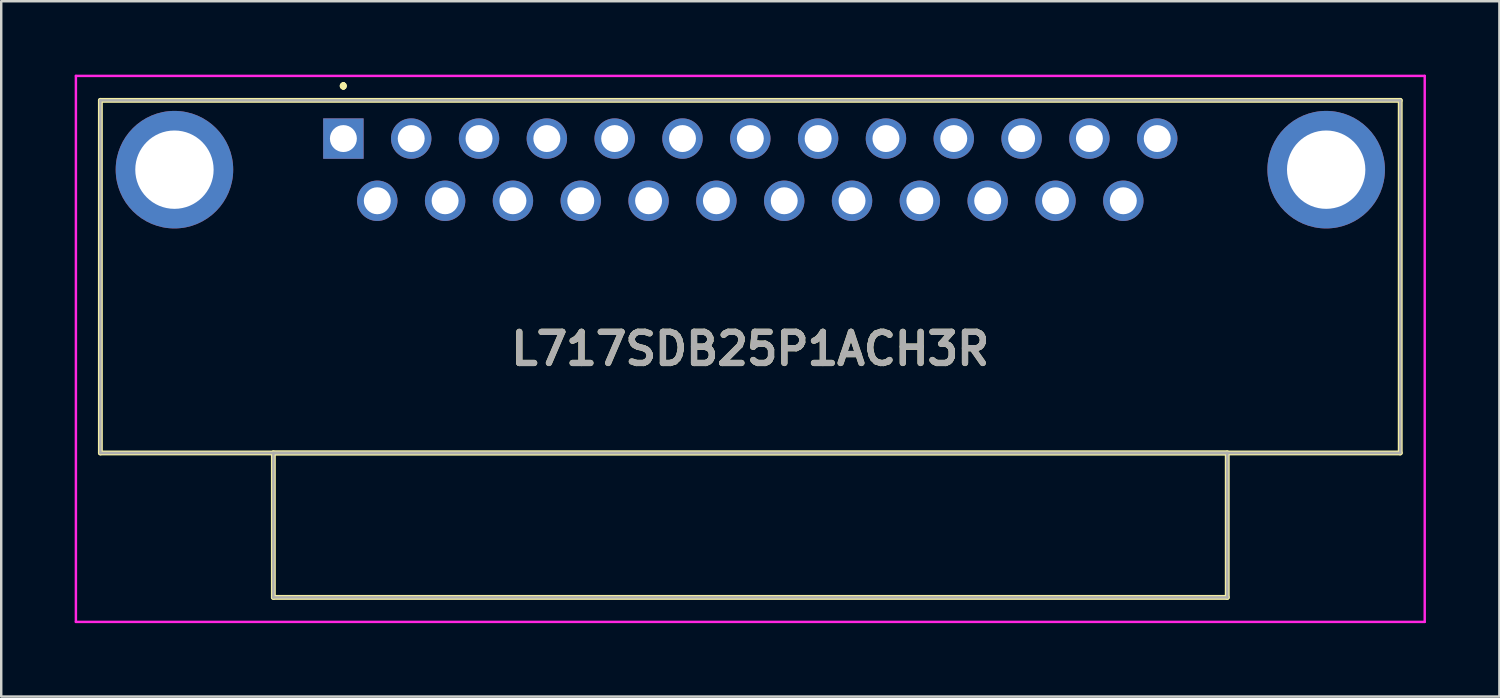
<source format=kicad_pcb>
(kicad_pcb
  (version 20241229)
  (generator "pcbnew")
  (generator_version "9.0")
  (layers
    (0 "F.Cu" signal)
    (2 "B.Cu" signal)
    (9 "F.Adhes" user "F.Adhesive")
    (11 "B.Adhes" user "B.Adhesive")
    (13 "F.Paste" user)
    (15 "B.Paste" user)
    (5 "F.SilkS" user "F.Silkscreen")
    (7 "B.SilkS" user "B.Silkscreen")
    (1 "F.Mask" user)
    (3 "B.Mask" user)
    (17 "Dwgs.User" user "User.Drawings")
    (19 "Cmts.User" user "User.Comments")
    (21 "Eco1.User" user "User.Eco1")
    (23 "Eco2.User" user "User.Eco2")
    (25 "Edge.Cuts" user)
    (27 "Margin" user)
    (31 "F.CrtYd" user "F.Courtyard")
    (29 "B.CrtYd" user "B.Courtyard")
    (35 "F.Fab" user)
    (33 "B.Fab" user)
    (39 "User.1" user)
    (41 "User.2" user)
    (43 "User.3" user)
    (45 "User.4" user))
  (footprint "L717SDB25P1ACH3R"
    (layer "F.Cu")
    (at 10.975 2.61)
    (property "Reference" "L717SDB25P1ACH3R" (at 16.62 8.59 0) (layer "F.SilkS") (effects (font (size 1.27 1.27) (thickness 0.254))))
    (attr through_hole)
    (fp_line (start -9.925 -1.56) (end -9.925 12.84) (stroke (width 0.2) (type solid)) (layer "F.SilkS"))
    (fp_line (start -9.925 12.84) (end 43.165 12.84) (stroke (width 0.2) (type solid)) (layer "F.SilkS"))
    (fp_line (start -2.86 12.84) (end 36.1 12.84) (stroke (width 0.2) (type solid)) (layer "F.SilkS"))
    (fp_line (start -2.86 18.74) (end -2.86 12.84) (stroke (width 0.2) (type solid)) (layer "F.SilkS"))
    (fp_line (start 0 -2.2) (end 0 -2.2) (stroke (width 0.2) (type solid)) (layer "F.SilkS"))
    (fp_line (start 0 -2.2) (end 0 -2.2) (stroke (width 0.2) (type solid)) (layer "F.SilkS"))
    (fp_line (start 0 -2.1) (end 0 -2.1) (stroke (width 0.2) (type solid)) (layer "F.SilkS"))
    (fp_line (start 36.1 12.84) (end 36.1 18.74) (stroke (width 0.2) (type solid)) (layer "F.SilkS"))
    (fp_line (start 36.1 18.74) (end -2.86 18.74) (stroke (width 0.2) (type solid)) (layer "F.SilkS"))
    (fp_line (start 43.165 -1.56) (end -9.925 -1.56) (stroke (width 0.2) (type solid)) (layer "F.SilkS"))
    (fp_line (start 43.165 12.84) (end 43.165 -1.56) (stroke (width 0.2) (type solid)) (layer "F.SilkS"))
    (fp_arc (start 0 -2.2) (mid 0.05 -2.15) (end 0 -2.1) (stroke (width 0.2) (type solid)) (layer "F.SilkS"))
    (fp_arc (start 0 -2.1) (mid -0.05 -2.15) (end 0 -2.2) (stroke (width 0.2) (type solid)) (layer "F.SilkS"))
    (fp_arc (start 0 -2.1) (mid -0.05 -2.15) (end 0 -2.2) (stroke (width 0.2) (type solid)) (layer "F.SilkS"))
    (fp_line (start -10.925 -2.56) (end 44.165 -2.56) (stroke (width 0.1) (type solid)) (layer "F.CrtYd"))
    (fp_line (start -10.925 19.74) (end -10.925 -2.56) (stroke (width 0.1) (type solid)) (layer "F.CrtYd"))
    (fp_line (start 44.165 -2.56) (end 44.165 19.74) (stroke (width 0.1) (type solid)) (layer "F.CrtYd"))
    (fp_line (start 44.165 19.74) (end -10.925 19.74) (stroke (width 0.1) (type solid)) (layer "F.CrtYd"))
    (fp_line (start -9.925 -1.56) (end -9.925 12.84) (stroke (width 0.1) (type solid)) (layer "F.Fab"))
    (fp_line (start -9.925 12.84) (end 43.165 12.84) (stroke (width 0.1) (type solid)) (layer "F.Fab"))
    (fp_line (start -2.86 12.84) (end 36.1 12.84) (stroke (width 0.1) (type solid)) (layer "F.Fab"))
    (fp_line (start -2.86 18.74) (end -2.86 12.84) (stroke (width 0.1) (type solid)) (layer "F.Fab"))
    (fp_line (start 36.1 12.84) (end 36.1 18.74) (stroke (width 0.1) (type solid)) (layer "F.Fab"))
    (fp_line (start 36.1 18.74) (end -2.86 18.74) (stroke (width 0.1) (type solid)) (layer "F.Fab"))
    (fp_line (start 43.165 -1.56) (end -9.925 -1.56) (stroke (width 0.1) (type solid)) (layer "F.Fab"))
    (fp_line (start 43.165 12.84) (end 43.165 -1.56) (stroke (width 0.1) (type solid)) (layer "F.Fab"))
    (fp_text user "${REFERENCE}" (at 16.62 8.59 0) (layer "F.Fab") (effects (font (size 1.27 1.27) (thickness 0.254))))
    (pad "1" thru_hole rect (at 0 0) (size 1.65 1.65) (drill 1.1) (layers "*.Cu" "*.Mask"))
    (pad "2" thru_hole circle (at 2.77 0) (size 1.65 1.65) (drill 1.1) (layers "*.Cu" "*.Mask"))
    (pad "3" thru_hole circle (at 5.54 0) (size 1.65 1.65) (drill 1.1) (layers "*.Cu" "*.Mask"))
    (pad "4" thru_hole circle (at 8.31 0) (size 1.65 1.65) (drill 1.1) (layers "*.Cu" "*.Mask"))
    (pad "5" thru_hole circle (at 11.08 0) (size 1.65 1.65) (drill 1.1) (layers "*.Cu" "*.Mask"))
    (pad "6" thru_hole circle (at 13.85 0) (size 1.65 1.65) (drill 1.1) (layers "*.Cu" "*.Mask"))
    (pad "7" thru_hole circle (at 16.62 0) (size 1.65 1.65) (drill 1.1) (layers "*.Cu" "*.Mask"))
    (pad "8" thru_hole circle (at 19.39 0) (size 1.65 1.65) (drill 1.1) (layers "*.Cu" "*.Mask"))
    (pad "9" thru_hole circle (at 22.16 0) (size 1.65 1.65) (drill 1.1) (layers "*.Cu" "*.Mask"))
    (pad "10" thru_hole circle (at 24.93 0) (size 1.65 1.65) (drill 1.1) (layers "*.Cu" "*.Mask"))
    (pad "11" thru_hole circle (at 27.7 0) (size 1.65 1.65) (drill 1.1) (layers "*.Cu" "*.Mask"))
    (pad "12" thru_hole circle (at 30.47 0) (size 1.65 1.65) (drill 1.1) (layers "*.Cu" "*.Mask"))
    (pad "13" thru_hole circle (at 33.24 0) (size 1.65 1.65) (drill 1.1) (layers "*.Cu" "*.Mask"))
    (pad "14" thru_hole circle (at 1.385 2.54) (size 1.65 1.65) (drill 1.1) (layers "*.Cu" "*.Mask"))
    (pad "15" thru_hole circle (at 4.155 2.54) (size 1.65 1.65) (drill 1.1) (layers "*.Cu" "*.Mask"))
    (pad "16" thru_hole circle (at 6.925 2.54) (size 1.65 1.65) (drill 1.1) (layers "*.Cu" "*.Mask"))
    (pad "17" thru_hole circle (at 9.695 2.54) (size 1.65 1.65) (drill 1.1) (layers "*.Cu" "*.Mask"))
    (pad "18" thru_hole circle (at 12.465 2.54) (size 1.65 1.65) (drill 1.1) (layers "*.Cu" "*.Mask"))
    (pad "19" thru_hole circle (at 15.235 2.54) (size 1.65 1.65) (drill 1.1) (layers "*.Cu" "*.Mask"))
    (pad "20" thru_hole circle (at 18.005 2.54) (size 1.65 1.65) (drill 1.1) (layers "*.Cu" "*.Mask"))
    (pad "21" thru_hole circle (at 20.775 2.54) (size 1.65 1.65) (drill 1.1) (layers "*.Cu" "*.Mask"))
    (pad "22" thru_hole circle (at 23.545 2.54) (size 1.65 1.65) (drill 1.1) (layers "*.Cu" "*.Mask"))
    (pad "23" thru_hole circle (at 26.315 2.54) (size 1.65 1.65) (drill 1.1) (layers "*.Cu" "*.Mask"))
    (pad "24" thru_hole circle (at 29.085 2.54) (size 1.65 1.65) (drill 1.1) (layers "*.Cu" "*.Mask"))
    (pad "25" thru_hole circle (at 31.855 2.54) (size 1.65 1.65) (drill 1.1) (layers "*.Cu" "*.Mask"))
    (pad "MH1" thru_hole circle (at -6.9 1.27) (size 4.8 4.8) (drill 3.2) (layers "*.Cu" "*.Mask"))
    (pad "MH2" thru_hole circle (at 40.14 1.27) (size 4.8 4.8) (drill 3.2) (layers "*.Cu" "*.Mask")))
  (gr_rect
    (start -3 -3)
    (end 58.19 25.4)
    (stroke (width 0.1) (type default))
    (fill no)
    (layer "Edge.Cuts")))
</source>
